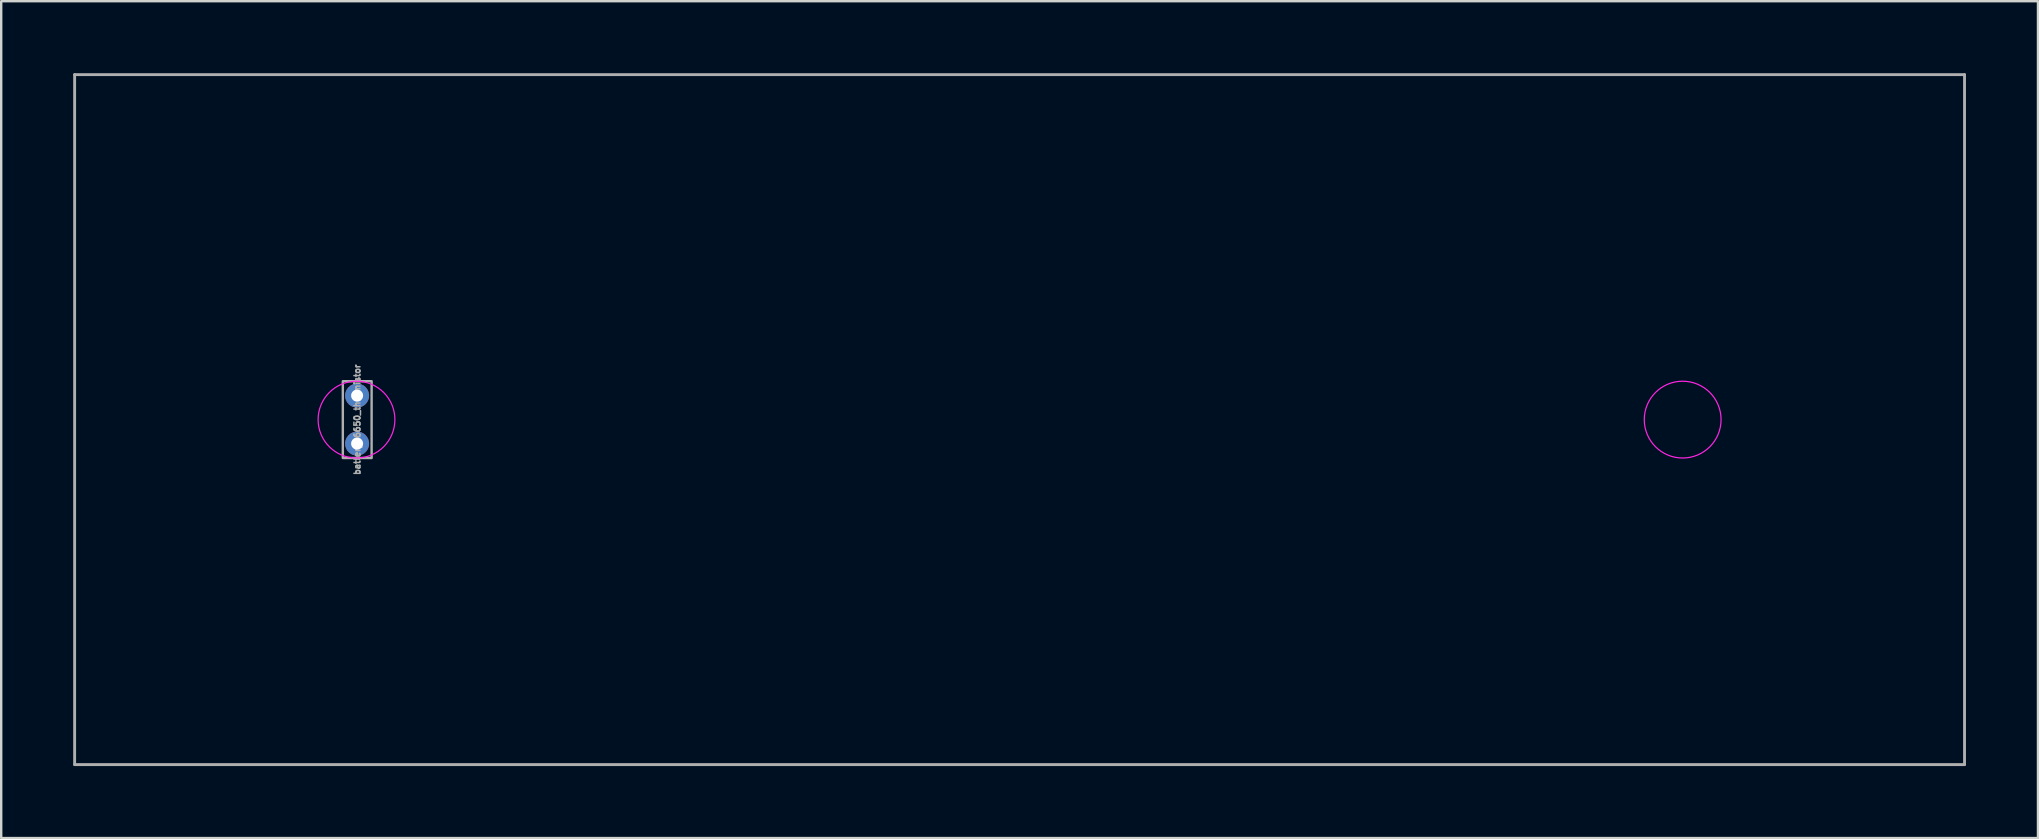
<source format=kicad_pcb>
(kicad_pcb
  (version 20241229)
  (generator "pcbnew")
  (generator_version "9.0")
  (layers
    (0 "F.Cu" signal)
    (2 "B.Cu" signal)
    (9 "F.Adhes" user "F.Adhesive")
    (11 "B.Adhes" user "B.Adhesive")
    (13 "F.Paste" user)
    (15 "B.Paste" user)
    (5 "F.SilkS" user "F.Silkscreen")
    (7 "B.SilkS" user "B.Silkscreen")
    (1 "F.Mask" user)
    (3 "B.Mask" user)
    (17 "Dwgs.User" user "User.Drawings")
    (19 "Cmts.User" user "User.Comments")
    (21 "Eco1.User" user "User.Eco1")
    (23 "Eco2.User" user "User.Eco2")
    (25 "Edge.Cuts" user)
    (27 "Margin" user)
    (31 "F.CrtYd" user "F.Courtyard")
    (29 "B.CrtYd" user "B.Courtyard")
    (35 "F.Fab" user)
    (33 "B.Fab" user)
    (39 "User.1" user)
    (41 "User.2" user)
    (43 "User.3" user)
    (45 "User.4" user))
  (footprint "battery26650_thermistor"
    (layer "F.Cu")
    (at 39.435 14.435)
    (property "Reference" "battery26650_thermistor" (at -27.6 0 90) (layer "F.Fab") (effects (font (size 0.25 0.25) (thickness 0.062))))
    (attr through_hole exclude_from_pos_files)
    (fp_circle (center -27.63 0) (end -26.03 0) (stroke (width 0.05) (type solid)) (fill no) (layer "F.CrtYd"))
    (fp_circle (center 27.63 0) (end 29.23 0) (stroke (width 0.05) (type solid)) (fill no) (layer "F.CrtYd"))
    (fp_line (start -39.375 -14.375) (end 39.375 -14.375) (stroke (width 0.12) (type solid)) (layer "F.Fab"))
    (fp_line (start -39.375 14.375) (end -39.375 -14.375) (stroke (width 0.12) (type solid)) (layer "F.Fab"))
    (fp_line (start -39.375 14.375) (end 39.375 14.375) (stroke (width 0.12) (type solid)) (layer "F.Fab"))
    (fp_line (start 39.375 14.375) (end 39.375 -14.375) (stroke (width 0.12) (type solid)) (layer "F.Fab"))
    (fp_rect (start -28.2 -1.6) (end -27 1.6) (stroke (width 0.1) (type solid)) (fill no) (layer "F.Fab"))
    (pad "1" thru_hole circle (at -27.605 -1 180) (size 1 1) (drill 0.5) (layers "*.Cu" "*.Mask"))
    (pad "2" thru_hole circle (at -27.605 1 180) (size 1 1) (drill 0.5) (layers "*.Cu" "*.Mask")))
  (gr_rect
    (start -3 -3)
    (end 81.87 31.87)
    (stroke (width 0.1) (type default))
    (fill no)
    (layer "Edge.Cuts")))
</source>
